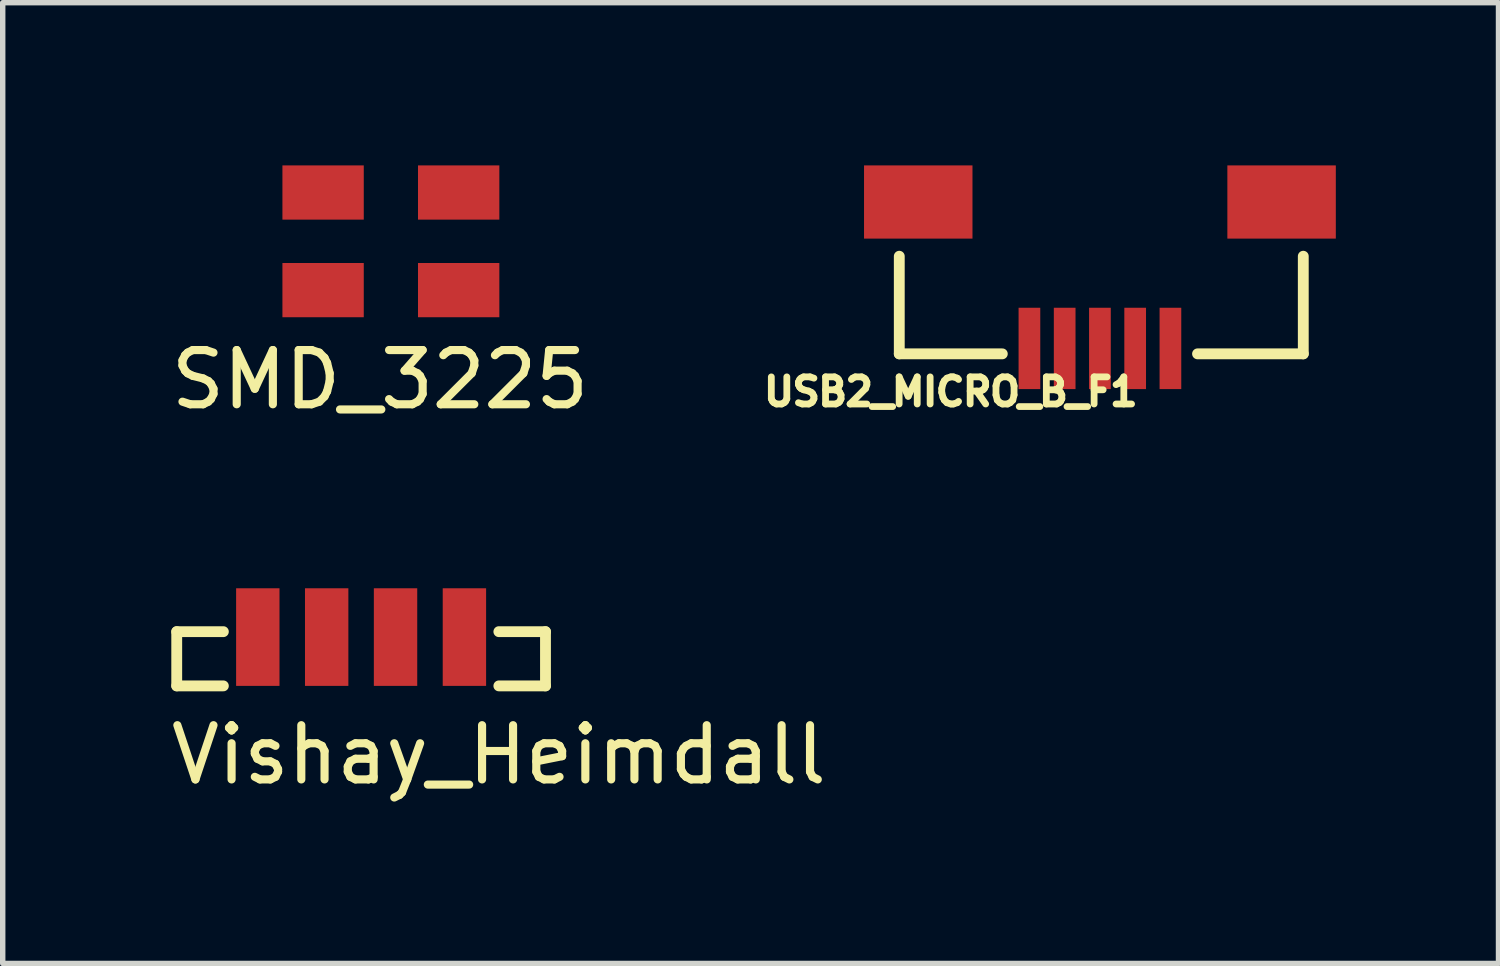
<source format=kicad_pcb>
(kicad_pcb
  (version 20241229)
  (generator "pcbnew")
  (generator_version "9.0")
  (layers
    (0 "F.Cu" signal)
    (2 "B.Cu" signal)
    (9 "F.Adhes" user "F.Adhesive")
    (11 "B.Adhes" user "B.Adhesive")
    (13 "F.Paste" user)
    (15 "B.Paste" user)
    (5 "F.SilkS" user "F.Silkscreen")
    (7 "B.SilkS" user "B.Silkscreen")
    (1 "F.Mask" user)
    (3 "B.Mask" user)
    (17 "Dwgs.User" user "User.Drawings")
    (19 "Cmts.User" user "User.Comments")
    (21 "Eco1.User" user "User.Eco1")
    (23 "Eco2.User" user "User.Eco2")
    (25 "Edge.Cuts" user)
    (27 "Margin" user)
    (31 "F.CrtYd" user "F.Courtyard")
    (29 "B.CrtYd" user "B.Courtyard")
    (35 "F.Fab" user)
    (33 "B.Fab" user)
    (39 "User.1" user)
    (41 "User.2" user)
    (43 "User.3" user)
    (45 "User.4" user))
  (footprint "Vishay_Heimdall"
    (layer "F.Cu")
    (at 3.609 9.598)
    (property "Reference" "Vishay_Heimdall" (at 2.54 1.27 0) (layer "F.SilkS") (effects (font (size 1 1) (thickness 0.15))))
    (attr through_hole)
    (fp_line (start -3.4 0) (end -3.4 -1) (stroke (width 0.2) (type solid)) (layer "F.SilkS"))
    (fp_line (start -2.54 -1) (end -3.4 -1) (stroke (width 0.2) (type solid)) (layer "F.SilkS"))
    (fp_line (start -2.54 0) (end -3.4 0) (stroke (width 0.2) (type solid)) (layer "F.SilkS"))
    (fp_line (start 2.54 0) (end 3.4 0) (stroke (width 0.2) (type solid)) (layer "F.SilkS"))
    (fp_line (start 3.4 -1) (end 2.54 -1) (stroke (width 0.2) (type solid)) (layer "F.SilkS"))
    (fp_line (start 3.4 0) (end 3.4 -1) (stroke (width 0.2) (type solid)) (layer "F.SilkS"))
    (pad "1" smd rect (at -1.905 -0.9) (size 0.8 1.8) (layers "F.Cu" "F.Mask" "F.Paste"))
    (pad "2" smd rect (at -0.635 -0.9) (size 0.8 1.8) (layers "F.Cu" "F.Mask" "F.Paste"))
    (pad "3" smd rect (at 0.635 -0.9) (size 0.8 1.8) (layers "F.Cu" "F.Mask" "F.Paste"))
    (pad "4" smd rect (at 1.905 -0.9) (size 0.8 1.8) (layers "F.Cu" "F.Mask" "F.Paste")))
  (footprint "SMD_3225"
    (layer "F.Cu")
    (at 2.658 2.55)
    (property "Reference" "SMD_3225" (at 1.3 1.4 0) (layer "F.SilkS") (effects (font (size 1 1) (thickness 0.15))))
    (attr through_hole)
    (pad "1" smd rect (at 0.25 -0.25) (size 1.5 1) (layers "F.Cu" "F.Mask" "F.Paste"))
    (pad "2" smd rect (at 2.75 -0.25) (size 1.5 1) (layers "F.Cu" "F.Mask" "F.Paste"))
    (pad "3" smd rect (at 2.75 -2.05) (size 1.5 1) (layers "F.Cu" "F.Mask" "F.Paste"))
    (pad "4" smd rect (at 0.25 -2.05) (size 1.5 1) (layers "F.Cu" "F.Mask" "F.Paste")))
  (footprint "USB2_MICRO_B_F1"
    (layer "F.Cu")
    (at 15.933 2.575)
    (property "Reference" "USB2_MICRO_B_F1" (at -1.45 1.6 0) (layer "F.SilkS") (effects (font (size 0.5 0.5) (thickness 0.125))))
    (attr through_hole)
    (fp_line (start -2.4 -0.9) (end -2.4 0.9) (stroke (width 0.2) (type solid)) (layer "F.SilkS"))
    (fp_line (start -2.4 0.9) (end -0.5 0.9) (stroke (width 0.2) (type solid)) (layer "F.SilkS"))
    (fp_line (start 5.05 -0.9) (end 5.05 0.9) (stroke (width 0.2) (type solid)) (layer "F.SilkS"))
    (fp_line (start 5.05 0.9) (end 3.1 0.9) (stroke (width 0.2) (type solid)) (layer "F.SilkS"))
    (pad "1" smd rect (at 2.6 0.8) (size 0.4 1.5) (layers "F.Cu" "F.Mask" "F.Paste"))
    (pad "2" smd rect (at 1.95 0.8) (size 0.4 1.5) (layers "F.Cu" "F.Mask" "F.Paste"))
    (pad "3" smd rect (at 1.3 0.8) (size 0.4 1.5) (layers "F.Cu" "F.Mask" "F.Paste"))
    (pad "4" smd rect (at 0.65 0.8) (size 0.4 1.5) (layers "F.Cu" "F.Mask" "F.Paste"))
    (pad "5" smd rect (at 0 0.8) (size 0.4 1.5) (layers "F.Cu" "F.Mask" "F.Paste"))
    (pad "6" smd rect (at -2.05 -1.9) (size 2 1.35) (layers "F.Cu" "F.Mask" "F.Paste"))
    (pad "7" smd rect (at 4.65 -1.9) (size 2 1.35) (layers "F.Cu" "F.Mask" "F.Paste")))
  (gr_rect
    (start -3 -3)
    (end 24.583 14.716)
    (stroke (width 0.1) (type default))
    (fill no)
    (layer "Edge.Cuts")))
</source>
